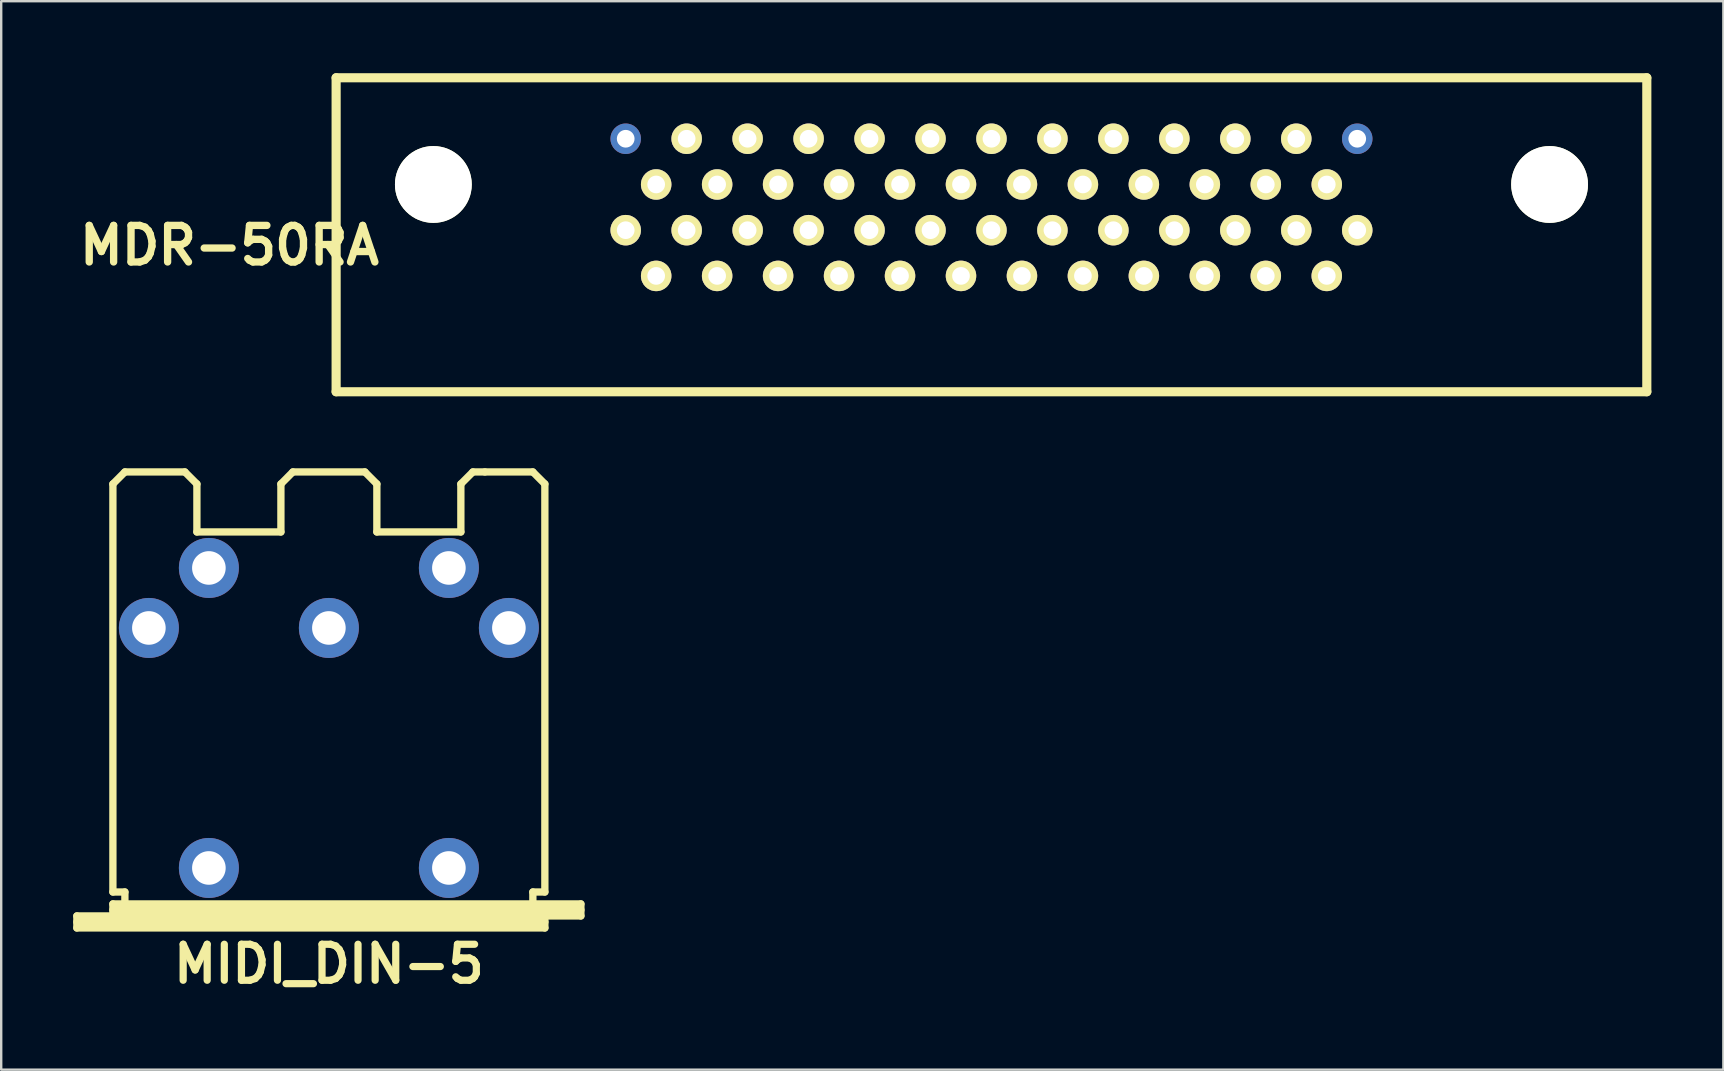
<source format=kicad_pcb>
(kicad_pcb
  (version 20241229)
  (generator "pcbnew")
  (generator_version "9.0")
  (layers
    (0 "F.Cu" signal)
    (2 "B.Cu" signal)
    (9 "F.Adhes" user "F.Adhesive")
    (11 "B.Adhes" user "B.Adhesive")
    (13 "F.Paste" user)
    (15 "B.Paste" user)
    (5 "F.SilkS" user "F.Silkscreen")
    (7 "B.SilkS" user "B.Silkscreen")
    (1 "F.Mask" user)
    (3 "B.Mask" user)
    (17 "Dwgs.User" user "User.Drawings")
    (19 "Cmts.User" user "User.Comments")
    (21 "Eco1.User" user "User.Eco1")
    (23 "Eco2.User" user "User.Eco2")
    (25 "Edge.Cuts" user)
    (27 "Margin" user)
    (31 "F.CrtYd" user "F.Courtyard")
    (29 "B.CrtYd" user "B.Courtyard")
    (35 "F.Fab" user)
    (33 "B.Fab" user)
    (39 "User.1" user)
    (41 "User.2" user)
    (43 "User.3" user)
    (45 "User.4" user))
  (footprint "MDR-50RA"
    (layer "F.Cu")
    (at 53.5 4.636)
    (property "Reference" "MDR-50RA" (at -46.99 2.54 0) (layer "F.SilkS") (effects (font (size 1.524 1.524) (thickness 0.305))))
    (attr through_hole)
    (fp_line (start -42.545 -4.445) (end -42.545 8.636) (stroke (width 0.381) (type solid)) (layer "F.SilkS"))
    (fp_line (start -42.545 -4.445) (end 12.065 -4.445) (stroke (width 0.381) (type solid)) (layer "F.SilkS"))
    (fp_line (start -42.545 8.636) (end 12.065 8.636) (stroke (width 0.381) (type solid)) (layer "F.SilkS"))
    (fp_line (start 12.065 8.636) (end 12.065 -4.445) (stroke (width 0.381) (type solid)) (layer "F.SilkS"))
    (pad "" np_thru_hole circle (at -38.494 0) (size 3.2 3.2) (drill 3.2) (layers "*.Cu" "*.Mask" "F.SilkS"))
    (pad "" np_thru_hole circle (at 8.014 0) (size 3.2 3.2) (drill 3.2) (layers "*.Cu" "*.Mask" "F.SilkS"))
    (pad "1" thru_hole circle (at 0 -1.905) (size 1.27 1.27) (drill 0.737) (layers "*.Cu" "*.Mask"))
    (pad "2" thru_hole circle (at -1.27 0) (size 1.27 1.27) (drill 0.737) (layers "*.Cu" "*.Mask" "F.SilkS"))
    (pad "3" thru_hole circle (at -2.54 -1.905) (size 1.27 1.27) (drill 0.737) (layers "*.Cu" "*.Mask" "F.SilkS"))
    (pad "4" thru_hole circle (at -3.81 0) (size 1.27 1.27) (drill 0.737) (layers "*.Cu" "*.Mask" "F.SilkS"))
    (pad "5" thru_hole circle (at -5.08 -1.905) (size 1.27 1.27) (drill 0.737) (layers "*.Cu" "*.Mask" "F.SilkS"))
    (pad "6" thru_hole circle (at -6.35 0) (size 1.27 1.27) (drill 0.737) (layers "*.Cu" "*.Mask" "F.SilkS"))
    (pad "7" thru_hole circle (at -7.62 -1.905) (size 1.27 1.27) (drill 0.737) (layers "*.Cu" "*.Mask" "F.SilkS"))
    (pad "8" thru_hole circle (at -8.89 0) (size 1.27 1.27) (drill 0.737) (layers "*.Cu" "*.Mask" "F.SilkS"))
    (pad "9" thru_hole circle (at -10.16 -1.905) (size 1.27 1.27) (drill 0.737) (layers "*.Cu" "*.Mask" "F.SilkS"))
    (pad "10" thru_hole circle (at -11.43 0) (size 1.27 1.27) (drill 0.737) (layers "*.Cu" "*.Mask" "F.SilkS"))
    (pad "11" thru_hole circle (at -12.7 -1.905) (size 1.27 1.27) (drill 0.737) (layers "*.Cu" "*.Mask" "F.SilkS"))
    (pad "12" thru_hole circle (at -13.97 0) (size 1.27 1.27) (drill 0.737) (layers "*.Cu" "*.Mask" "F.SilkS"))
    (pad "13" thru_hole circle (at -15.24 -1.905) (size 1.27 1.27) (drill 0.737) (layers "*.Cu" "*.Mask" "F.SilkS"))
    (pad "14" thru_hole circle (at -16.51 0) (size 1.27 1.27) (drill 0.737) (layers "*.Cu" "*.Mask" "F.SilkS"))
    (pad "15" thru_hole circle (at -17.78 -1.905) (size 1.27 1.27) (drill 0.737) (layers "*.Cu" "*.Mask" "F.SilkS"))
    (pad "16" thru_hole circle (at -19.05 0) (size 1.27 1.27) (drill 0.737) (layers "*.Cu" "*.Mask" "F.SilkS"))
    (pad "17" thru_hole circle (at -20.32 -1.905) (size 1.27 1.27) (drill 0.737) (layers "*.Cu" "*.Mask" "F.SilkS"))
    (pad "18" thru_hole circle (at -21.59 0) (size 1.27 1.27) (drill 0.737) (layers "*.Cu" "*.Mask" "F.SilkS"))
    (pad "19" thru_hole circle (at -22.86 -1.905) (size 1.27 1.27) (drill 0.737) (layers "*.Cu" "*.Mask" "F.SilkS"))
    (pad "20" thru_hole circle (at -24.13 0) (size 1.27 1.27) (drill 0.737) (layers "*.Cu" "*.Mask" "F.SilkS"))
    (pad "21" thru_hole circle (at -25.4 -1.905) (size 1.27 1.27) (drill 0.737) (layers "*.Cu" "*.Mask" "F.SilkS"))
    (pad "22" thru_hole circle (at -26.67 0) (size 1.27 1.27) (drill 0.737) (layers "*.Cu" "*.Mask" "F.SilkS"))
    (pad "23" thru_hole circle (at -27.94 -1.905) (size 1.27 1.27) (drill 0.737) (layers "*.Cu" "*.Mask" "F.SilkS"))
    (pad "24" thru_hole circle (at -29.21 0) (size 1.27 1.27) (drill 0.737) (layers "*.Cu" "*.Mask" "F.SilkS"))
    (pad "25" thru_hole circle (at -30.48 -1.905) (size 1.27 1.27) (drill 0.737) (layers "*.Cu" "*.Mask"))
    (pad "26" thru_hole circle (at 0 1.905) (size 1.27 1.27) (drill 0.737) (layers "*.Cu" "*.Mask" "F.SilkS"))
    (pad "27" thru_hole circle (at -1.27 3.81) (size 1.27 1.27) (drill 0.737) (layers "*.Cu" "*.Mask" "F.SilkS"))
    (pad "28" thru_hole circle (at -2.54 1.905) (size 1.27 1.27) (drill 0.737) (layers "*.Cu" "*.Mask" "F.SilkS"))
    (pad "29" thru_hole circle (at -3.81 3.81) (size 1.27 1.27) (drill 0.737) (layers "*.Cu" "*.Mask" "F.SilkS"))
    (pad "30" thru_hole circle (at -5.08 1.905) (size 1.27 1.27) (drill 0.737) (layers "*.Cu" "*.Mask" "F.SilkS"))
    (pad "31" thru_hole circle (at -6.35 3.81) (size 1.27 1.27) (drill 0.737) (layers "*.Cu" "*.Mask" "F.SilkS"))
    (pad "32" thru_hole circle (at -7.62 1.905) (size 1.27 1.27) (drill 0.737) (layers "*.Cu" "*.Mask" "F.SilkS"))
    (pad "33" thru_hole circle (at -8.89 3.81) (size 1.27 1.27) (drill 0.737) (layers "*.Cu" "*.Mask" "F.SilkS"))
    (pad "34" thru_hole circle (at -10.16 1.905) (size 1.27 1.27) (drill 0.737) (layers "*.Cu" "*.Mask" "F.SilkS"))
    (pad "35" thru_hole circle (at -11.43 3.81) (size 1.27 1.27) (drill 0.737) (layers "*.Cu" "*.Mask" "F.SilkS"))
    (pad "36" thru_hole circle (at -12.7 1.905) (size 1.27 1.27) (drill 0.737) (layers "*.Cu" "*.Mask" "F.SilkS"))
    (pad "37" thru_hole circle (at -13.97 3.81) (size 1.27 1.27) (drill 0.737) (layers "*.Cu" "*.Mask" "F.SilkS"))
    (pad "38" thru_hole circle (at -15.24 1.905) (size 1.27 1.27) (drill 0.737) (layers "*.Cu" "*.Mask" "F.SilkS"))
    (pad "39" thru_hole circle (at -16.51 3.81) (size 1.27 1.27) (drill 0.737) (layers "*.Cu" "*.Mask" "F.SilkS"))
    (pad "40" thru_hole circle (at -17.78 1.905) (size 1.27 1.27) (drill 0.737) (layers "*.Cu" "*.Mask" "F.SilkS"))
    (pad "41" thru_hole circle (at -19.05 3.81) (size 1.27 1.27) (drill 0.737) (layers "*.Cu" "*.Mask" "F.SilkS"))
    (pad "42" thru_hole circle (at -20.32 1.905) (size 1.27 1.27) (drill 0.737) (layers "*.Cu" "*.Mask" "F.SilkS"))
    (pad "43" thru_hole circle (at -21.59 3.81) (size 1.27 1.27) (drill 0.737) (layers "*.Cu" "*.Mask" "F.SilkS"))
    (pad "44" thru_hole circle (at -22.86 1.905) (size 1.27 1.27) (drill 0.737) (layers "*.Cu" "*.Mask" "F.SilkS"))
    (pad "45" thru_hole circle (at -24.13 3.81) (size 1.27 1.27) (drill 0.737) (layers "*.Cu" "*.Mask" "F.SilkS"))
    (pad "46" thru_hole circle (at -25.4 1.905) (size 1.27 1.27) (drill 0.737) (layers "*.Cu" "*.Mask" "F.SilkS"))
    (pad "47" thru_hole circle (at -26.67 3.81) (size 1.27 1.27) (drill 0.737) (layers "*.Cu" "*.Mask" "F.SilkS"))
    (pad "48" thru_hole circle (at -27.94 1.905) (size 1.27 1.27) (drill 0.737) (layers "*.Cu" "*.Mask" "F.SilkS"))
    (pad "49" thru_hole circle (at -29.21 3.81) (size 1.27 1.27) (drill 0.737) (layers "*.Cu" "*.Mask" "F.SilkS"))
    (pad "50" thru_hole circle (at -30.48 1.905) (size 1.27 1.27) (drill 0.737) (layers "*.Cu" "*.Mask" "F.SilkS")))
  (footprint "MIDI_DIN-5"
    (layer "F.Cu")
    (at 10.653 26.114)
    (property "Reference" "MIDI_DIN-5" (at 0 11 0) (layer "F.SilkS") (effects (font (size 1.5 1.5) (thickness 0.3))))
    (attr through_hole)
    (fp_line (start -10.5 8.999) (end -8.999 8.999) (stroke (width 0.305) (type solid)) (layer "F.SilkS"))
    (fp_line (start -10.5 9.251) (end 8.999 9.251) (stroke (width 0.305) (type solid)) (layer "F.SilkS"))
    (fp_line (start -10.5 9.5) (end -10.5 8.999) (stroke (width 0.305) (type solid)) (layer "F.SilkS"))
    (fp_line (start -8.999 -8.999) (end -8.999 8.001) (stroke (width 0.305) (type solid)) (layer "F.SilkS"))
    (fp_line (start -8.999 -8.999) (end -8.499 -9.5) (stroke (width 0.305) (type solid)) (layer "F.SilkS"))
    (fp_line (start -8.999 8.001) (end -8.499 8.001) (stroke (width 0.305) (type solid)) (layer "F.SilkS"))
    (fp_line (start -8.999 8.499) (end 10.5 8.499) (stroke (width 0.305) (type solid)) (layer "F.SilkS"))
    (fp_line (start -8.999 8.75) (end 10.5 8.75) (stroke (width 0.305) (type solid)) (layer "F.SilkS"))
    (fp_line (start -8.999 8.999) (end -8.999 8.499) (stroke (width 0.305) (type solid)) (layer "F.SilkS"))
    (fp_line (start -8.499 -9.5) (end -5.999 -9.5) (stroke (width 0.305) (type solid)) (layer "F.SilkS"))
    (fp_line (start -8.499 8.001) (end -8.499 8.499) (stroke (width 0.305) (type solid)) (layer "F.SilkS"))
    (fp_line (start -5.999 -9.5) (end -5.499 -8.999) (stroke (width 0.305) (type solid)) (layer "F.SilkS"))
    (fp_line (start -5.499 -8.999) (end -5.499 -7) (stroke (width 0.305) (type solid)) (layer "F.SilkS"))
    (fp_line (start -5.499 -7) (end -1.999 -7) (stroke (width 0.305) (type solid)) (layer "F.SilkS"))
    (fp_line (start -1.999 -8.999) (end -1.999 -7) (stroke (width 0.305) (type solid)) (layer "F.SilkS"))
    (fp_line (start -1.501 -9.5) (end -1.999 -8.999) (stroke (width 0.305) (type solid)) (layer "F.SilkS"))
    (fp_line (start -1.501 -9.5) (end 1.501 -9.5) (stroke (width 0.305) (type solid)) (layer "F.SilkS"))
    (fp_line (start 1.501 -9.5) (end 1.999 -8.999) (stroke (width 0.305) (type solid)) (layer "F.SilkS"))
    (fp_line (start 1.999 -8.999) (end 1.999 -7) (stroke (width 0.305) (type solid)) (layer "F.SilkS"))
    (fp_line (start 5.499 -8.999) (end 5.499 -7) (stroke (width 0.305) (type solid)) (layer "F.SilkS"))
    (fp_line (start 5.499 -7) (end 1.999 -7) (stroke (width 0.305) (type solid)) (layer "F.SilkS"))
    (fp_line (start 5.999 -9.5) (end 5.499 -8.999) (stroke (width 0.305) (type solid)) (layer "F.SilkS"))
    (fp_line (start 6.5 -9.5) (end 5.999 -9.5) (stroke (width 0.305) (type solid)) (layer "F.SilkS"))
    (fp_line (start 8.499 -9.5) (end 6.5 -9.5) (stroke (width 0.305) (type solid)) (layer "F.SilkS"))
    (fp_line (start 8.499 8.499) (end 8.499 8.001) (stroke (width 0.305) (type solid)) (layer "F.SilkS"))
    (fp_line (start 8.999 -8.999) (end 8.499 -9.5) (stroke (width 0.305) (type solid)) (layer "F.SilkS"))
    (fp_line (start 8.999 -8.999) (end 8.999 8.001) (stroke (width 0.305) (type solid)) (layer "F.SilkS"))
    (fp_line (start 8.999 8.001) (end 8.499 8.001) (stroke (width 0.305) (type solid)) (layer "F.SilkS"))
    (fp_line (start 8.999 8.999) (end -8.999 8.999) (stroke (width 0.305) (type solid)) (layer "F.SilkS"))
    (fp_line (start 8.999 8.999) (end 8.999 9.5) (stroke (width 0.305) (type solid)) (layer "F.SilkS"))
    (fp_line (start 8.999 9.5) (end -10.5 9.5) (stroke (width 0.305) (type solid)) (layer "F.SilkS"))
    (fp_line (start 10.5 8.499) (end 10.5 8.999) (stroke (width 0.305) (type solid)) (layer "F.SilkS"))
    (fp_line (start 10.5 8.999) (end 8.999 8.999) (stroke (width 0.305) (type solid)) (layer "F.SilkS"))
    (pad "1" thru_hole circle (at 7.5 -3) (size 2.5 2.5) (drill 1.4) (layers "*.Cu" "*.Mask"))
    (pad "2" thru_hole circle (at 0 -3) (size 2.5 2.5) (drill 1.4) (layers "*.Cu" "*.Mask"))
    (pad "3" thru_hole circle (at -7.5 -3) (size 2.5 2.5) (drill 1.4) (layers "*.Cu" "*.Mask"))
    (pad "4" thru_hole circle (at 5 -5.5) (size 2.5 2.5) (drill 1.4) (layers "*.Cu" "*.Mask"))
    (pad "5" thru_hole circle (at -5 -5.5) (size 2.5 2.5) (drill 1.4) (layers "*.Cu" "*.Mask"))
    (pad "6" thru_hole circle (at -5 7) (size 2.5 2.5) (drill 1.4) (layers "*.Cu" "*.Mask"))
    (pad "6" thru_hole circle (at 5 7) (size 2.5 2.5) (drill 1.4) (layers "*.Cu" "*.Mask")))
  (gr_rect
    (start -3 -3)
    (end 68.755 41.518)
    (stroke (width 0.1) (type default))
    (fill no)
    (layer "Edge.Cuts")))
</source>
